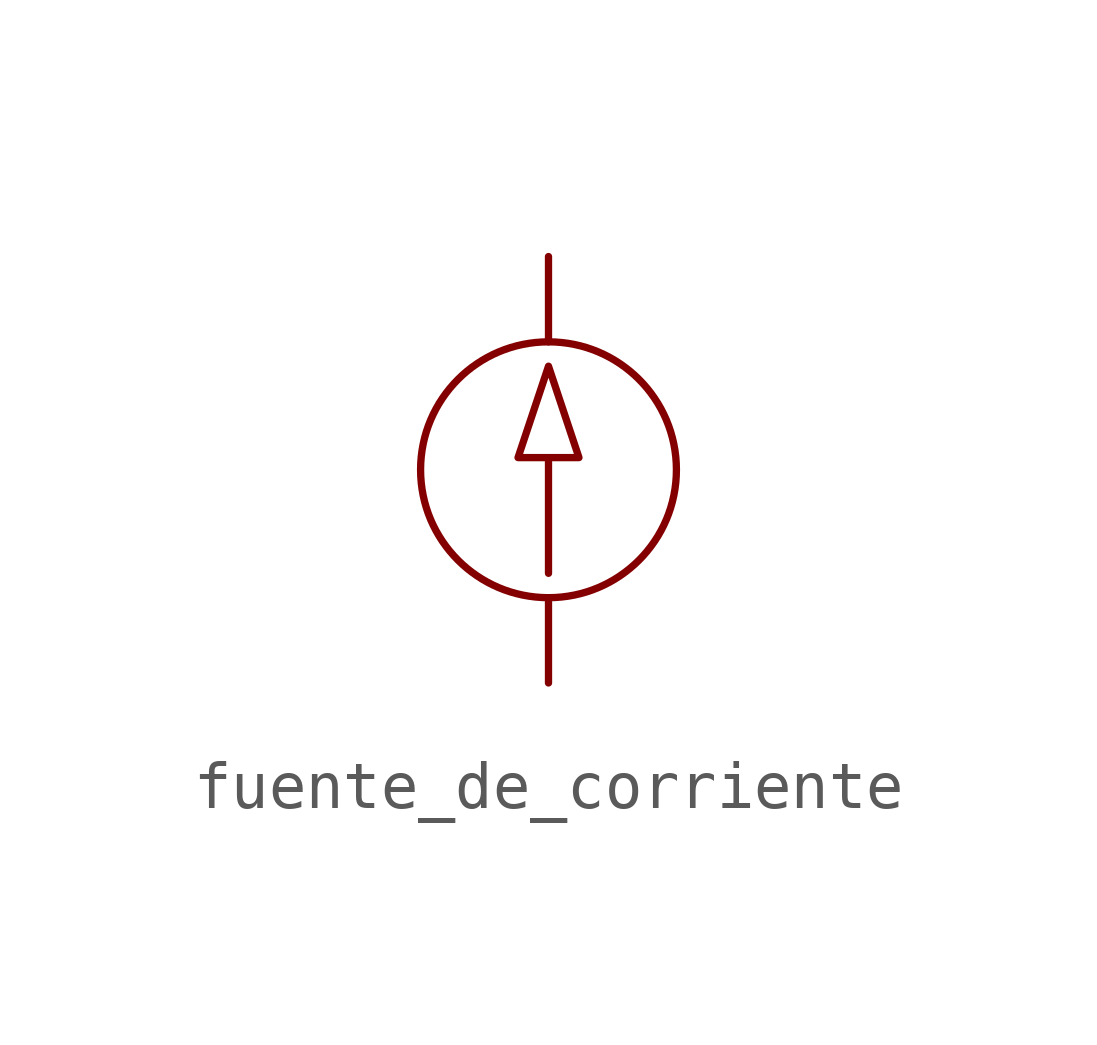
<source format=kicad_sym>
(kicad_symbol_lib
  (version 20220914)
  (generator kicad_symbol_editor)
  (symbol "fuente_de_corriente"
    (pin_names
      (offset 1.016))
    (property "Reference" "I1"
      (at 3.175 -4.445 0)
      (effects (font (size 2.54 2.54)) (justify left) hide))
    (symbol "fuente_de_corriente_0_1"
      (circle (center 0 -4.445) (radius 2.667) (stroke (width 0) (type default)) (fill (type none)))
      (polyline (pts (xy 0 -6.604) (xy 0 -4.191) (xy -0.635 -4.191) (xy 0 -2.286) (xy 0.635 -4.191) (xy 0 -4.191)) (stroke (width 0) (type default)) (fill (type none))))
    (symbol "fuente_de_corriente_1_1"
      (pin input line (at 0 -8.89 90) (length 1.778) (name "" (effects (font (size 1.27 1.27)))) (number "" (effects (font (size 1.143 1.143)))))
      (pin input line (at 0 0 270) (length 1.778) (name "" (effects (font (size 1.27 1.27)))) (number "" (effects (font (size 1.143 1.143))))))))
</source>
